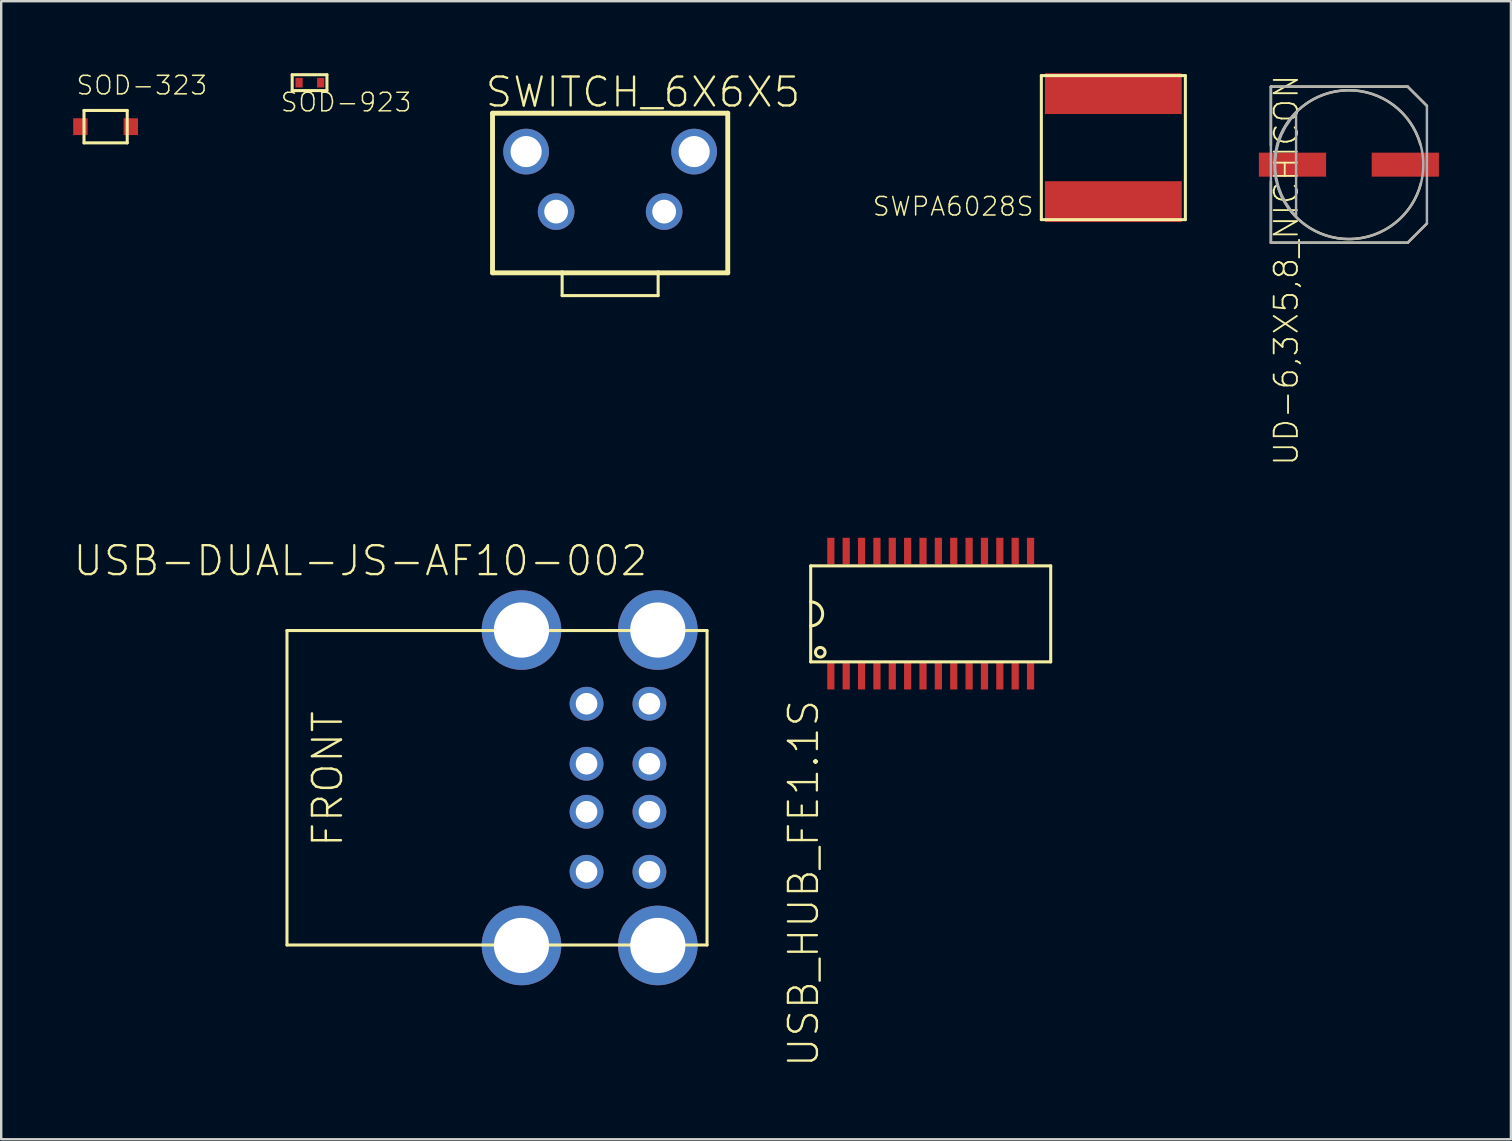
<source format=kicad_pcb>
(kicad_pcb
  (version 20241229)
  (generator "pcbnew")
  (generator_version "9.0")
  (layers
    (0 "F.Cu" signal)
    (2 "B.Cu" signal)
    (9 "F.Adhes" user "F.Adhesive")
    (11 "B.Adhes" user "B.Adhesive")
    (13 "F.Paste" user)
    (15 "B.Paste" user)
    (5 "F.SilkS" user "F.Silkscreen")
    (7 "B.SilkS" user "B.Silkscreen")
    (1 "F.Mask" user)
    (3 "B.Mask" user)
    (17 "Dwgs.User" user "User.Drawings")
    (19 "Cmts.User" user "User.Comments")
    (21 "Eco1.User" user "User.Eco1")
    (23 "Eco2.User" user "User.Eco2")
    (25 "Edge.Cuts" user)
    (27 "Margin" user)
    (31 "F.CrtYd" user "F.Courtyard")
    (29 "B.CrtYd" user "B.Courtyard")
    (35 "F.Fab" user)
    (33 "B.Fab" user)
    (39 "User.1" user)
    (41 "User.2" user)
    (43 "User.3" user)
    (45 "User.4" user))
  (footprint "UD-6,3X5,8_NICHICON"
    (layer "F.Cu")
    (at 53.147 3.81)
    (property "Reference" "UD-6,3X5,8_NICHICON" (at -3.175 -3.81 270) (layer "F.SilkS") (effects (font (size 0.965 0.965) (thickness 0.077)) (justify right top)))
    (attr through_hole)
    (fp_line (start -3.25 -3.25) (end 2.45 -3.25) (stroke (width 0.102) (type solid)) (layer "F.SilkS"))
    (fp_line (start -3.25 -0.8) (end -3.25 -3.25) (stroke (width 0.102) (type solid)) (layer "F.SilkS"))
    (fp_line (start -3.25 3.25) (end -3.25 0.7) (stroke (width 0.102) (type solid)) (layer "F.SilkS"))
    (fp_line (start 2.45 -3.25) (end 3.25 -2.45) (stroke (width 0.102) (type solid)) (layer "F.SilkS"))
    (fp_line (start 2.45 3.25) (end -3.25 3.25) (stroke (width 0.102) (type solid)) (layer "F.SilkS"))
    (fp_line (start 3.25 2.45) (end 2.45 3.25) (stroke (width 0.102) (type solid)) (layer "F.SilkS"))
    (fp_arc (start -3 -0.775) (mid -0.04121 -3.099781) (end 2.975001 -0.85) (stroke (width 0.1016) (type solid)) (layer "F.SilkS"))
    (fp_arc (start 3 0.775) (mid 0.04121 3.099781) (end -2.975001 0.85) (stroke (width 0.1016) (type solid)) (layer "F.SilkS"))
    (fp_line (start -3.25 -3.25) (end 2.45 -3.25) (stroke (width 0.102) (type solid)) (layer "F.Fab"))
    (fp_line (start -3.25 3.25) (end -3.25 -3.25) (stroke (width 0.102) (type solid)) (layer "F.Fab"))
    (fp_line (start 2.45 -3.25) (end 3.25 -2.45) (stroke (width 0.102) (type solid)) (layer "F.Fab"))
    (fp_line (start 2.45 3.25) (end -3.25 3.25) (stroke (width 0.102) (type solid)) (layer "F.Fab"))
    (fp_line (start 3.25 -2.45) (end 3.25 2.45) (stroke (width 0.102) (type solid)) (layer "F.Fab"))
    (fp_line (start 3.25 2.45) (end 2.45 3.25) (stroke (width 0.102) (type solid)) (layer "F.Fab"))
    (fp_circle (center 0 0) (end 3.1 0) (stroke (width 0.102) (type solid)) (fill no) (layer "F.Fab"))
    (fp_poly (pts (xy -2.2 -2.15) (xy -2.2 -2.15) (xy -2.44 -1.873) (xy -2.645 -1.57) (xy -2.812 -1.245) (xy -2.94 -0.902) (xy -3.026 -0.546) (xy -3.07 -0.183) (xy -3.07 0.183) (xy -3.026 0.546) (xy -2.94 0.902) (xy -2.812 1.245) (xy -2.645 1.57) (xy -2.44 1.873) (xy -2.2 2.15)) (stroke (width 0.1) (type solid)) (fill no) (layer "F.Fab"))
    (pad "+" smd rect (at 2.35 0) (size 2.8 1) (layers "F.Cu" "F.Mask" "F.Paste"))
    (pad "-" smd rect (at -2.35 0) (size 2.8 1) (layers "F.Cu" "F.Mask" "F.Paste")))
  (footprint "SWPA6028S"
    (layer "F.Cu")
    (at 43.334 3.1)
    (property "Reference" "SWPA6028S" (at -3.27 2 0) (layer "F.SilkS") (effects (font (size 0.772 0.772) (thickness 0.062)) (justify right top)))
    (attr through_hole)
    (fp_line (start -3 -3) (end 3 -3) (stroke (width 0.127) (type solid)) (layer "F.SilkS"))
    (fp_line (start -3 3) (end -3 -3) (stroke (width 0.127) (type solid)) (layer "F.SilkS"))
    (fp_line (start 3 -3) (end 3 3) (stroke (width 0.127) (type solid)) (layer "F.SilkS"))
    (fp_line (start 3 3) (end -3 3) (stroke (width 0.127) (type solid)) (layer "F.SilkS"))
    (pad "1" smd rect (at 0 -2.25) (size 5.7 1.7) (layers "F.Cu" "F.Mask" "F.Paste"))
    (pad "2" smd rect (at 0 2.25) (size 5.7 1.7) (layers "F.Cu" "F.Mask" "F.Paste")))
  (footprint "SWITCH_6X6X5"
    (layer "F.Cu")
    (at 22.369 5.766)
    (property "Reference" "SWITCH_6X6X5" (at -5.27 -4.27 0) (layer "F.SilkS") (effects (font (size 1.206 1.206) (thickness 0.097)) (justify left bottom)))
    (attr through_hole)
    (fp_line (start -4.9 -4.1) (end -4.9 2.55) (stroke (width 0.203) (type solid)) (layer "F.SilkS"))
    (fp_line (start -4.9 2.55) (end -2 2.55) (stroke (width 0.203) (type solid)) (layer "F.SilkS"))
    (fp_line (start -2 2.55) (end -2 3.5) (stroke (width 0.127) (type solid)) (layer "F.SilkS"))
    (fp_line (start -2 2.55) (end 2 2.55) (stroke (width 0.203) (type solid)) (layer "F.SilkS"))
    (fp_line (start -2 3.5) (end 2 3.5) (stroke (width 0.127) (type solid)) (layer "F.SilkS"))
    (fp_line (start 2 2.55) (end 4.9 2.55) (stroke (width 0.203) (type solid)) (layer "F.SilkS"))
    (fp_line (start 2 3.5) (end 2 2.55) (stroke (width 0.127) (type solid)) (layer "F.SilkS"))
    (fp_line (start 4.9 -4.1) (end -4.9 -4.1) (stroke (width 0.203) (type solid)) (layer "F.SilkS"))
    (fp_line (start 4.9 2.55) (end 4.9 -4.1) (stroke (width 0.203) (type solid)) (layer "F.SilkS"))
    (pad "1" thru_hole circle (at -2.25 0 90) (size 1.524 1.524) (drill 0.991) (layers "*.Cu" "*.Mask"))
    (pad "2" thru_hole circle (at 2.25 0 90) (size 1.524 1.524) (drill 0.991) (layers "*.Cu" "*.Mask"))
    (pad "3" thru_hole circle (at 3.5 -2.5 90) (size 1.905 1.905) (drill 1.295) (layers "*.Cu" "*.Mask"))
    (pad "4" thru_hole circle (at -3.5 -2.5 90) (size 1.905 1.905) (drill 1.295) (layers "*.Cu" "*.Mask")))
  (footprint "USB-DUAL-JS-AF10-002"
    (layer "F.Cu")
    (at 24.006 29.769)
    (property "Reference" "USB-DUAL-JS-AF10-002" (at 0 -10.16 0) (layer "F.SilkS") (effects (font (size 1.206 1.206) (thickness 0.097)) (justify right top)))
    (attr through_hole)
    (fp_line (start -15.1 -6.55) (end -15.1 6.55) (stroke (width 0.127) (type solid)) (layer "F.SilkS"))
    (fp_line (start -15.1 -6.55) (end 2.4 -6.55) (stroke (width 0.127) (type solid)) (layer "F.SilkS"))
    (fp_line (start -15.1 6.55) (end 2.4 6.55) (stroke (width 0.127) (type solid)) (layer "F.SilkS"))
    (fp_line (start 2.4 -6.55) (end 2.4 6.55) (stroke (width 0.127) (type solid)) (layer "F.SilkS"))
    (fp_text user "FRONT" (at -12.7 2.54 90) (layer "F.SilkS") (effects (font (size 1.206 1.206) (thickness 0.102)) (justify left bottom)))
    (pad "1" thru_hole circle (at 0 -3.5) (size 1.408 1.408) (drill 0.9) (layers "*.Cu" "*.Mask"))
    (pad "2" thru_hole circle (at 0 -1) (size 1.408 1.408) (drill 0.9) (layers "*.Cu" "*.Mask"))
    (pad "3" thru_hole circle (at 0 1) (size 1.408 1.408) (drill 0.9) (layers "*.Cu" "*.Mask"))
    (pad "4" thru_hole circle (at 0 3.5) (size 1.408 1.408) (drill 0.9) (layers "*.Cu" "*.Mask"))
    (pad "5" thru_hole circle (at -2.62 -3.5) (size 1.408 1.408) (drill 0.9) (layers "*.Cu" "*.Mask"))
    (pad "6" thru_hole circle (at -2.62 -1) (size 1.408 1.408) (drill 0.9) (layers "*.Cu" "*.Mask"))
    (pad "7" thru_hole circle (at -2.62 1) (size 1.408 1.408) (drill 0.9) (layers "*.Cu" "*.Mask"))
    (pad "8" thru_hole circle (at -2.62 3.5) (size 1.408 1.408) (drill 0.9) (layers "*.Cu" "*.Mask"))
    (pad "9" thru_hole circle (at 0.35 -6.57) (size 3.316 3.316) (drill 2.3) (layers "*.Cu" "*.Mask"))
    (pad "10" thru_hole circle (at 0.35 6.57) (size 3.316 3.316) (drill 2.3) (layers "*.Cu" "*.Mask"))
    (pad "11" thru_hole circle (at -5.33 -6.57) (size 3.316 3.316) (drill 2.3) (layers "*.Cu" "*.Mask"))
    (pad "12" thru_hole circle (at -5.33 6.57) (size 3.316 3.316) (drill 2.3) (layers "*.Cu" "*.Mask")))
  (footprint "SOD−323"
    (layer "F.Cu")
    (at 1.35 2.227)
    (property "Reference" "SOD−323" (at -1.27 -1.27 0) (layer "F.SilkS") (effects (font (size 0.772 0.772) (thickness 0.062)) (justify left bottom)))
    (attr through_hole)
    (fp_line (start -0.9 -0.675) (end 0.9 -0.675) (stroke (width 0.127) (type solid)) (layer "F.SilkS"))
    (fp_line (start -0.9 0.675) (end -0.9 -0.675) (stroke (width 0.127) (type solid)) (layer "F.SilkS"))
    (fp_line (start 0.9 -0.675) (end 0.9 0.675) (stroke (width 0.127) (type solid)) (layer "F.SilkS"))
    (fp_line (start 0.9 0.675) (end -0.9 0.675) (stroke (width 0.127) (type solid)) (layer "F.SilkS"))
    (pad "P$1" smd rect (at -1.05 0) (size 0.6 0.7) (layers "F.Cu" "F.Mask" "F.Paste"))
    (pad "P$2" smd rect (at 1.05 0) (size 0.6 0.7) (layers "F.Cu" "F.Mask" "F.Paste")))
  (footprint "SOD−923"
    (layer "F.Cu")
    (at 9.86 0.394)
    (property "Reference" "SOD−923" (at -1.27 1.27 180) (layer "F.SilkS") (effects (font (size 0.772 0.772) (thickness 0.062)) (justify left bottom)))
    (attr through_hole)
    (fp_line (start -0.737 -0.33) (end 0.711 -0.33) (stroke (width 0.127) (type solid)) (layer "F.SilkS"))
    (fp_line (start -0.737 0.33) (end -0.737 -0.33) (stroke (width 0.127) (type solid)) (layer "F.SilkS"))
    (fp_line (start 0.711 -0.33) (end 0.711 0.33) (stroke (width 0.127) (type solid)) (layer "F.SilkS"))
    (fp_line (start 0.711 0.33) (end -0.737 0.33) (stroke (width 0.127) (type solid)) (layer "F.SilkS"))
    (pad "P$1" smd rect (at -0.45 0) (size 0.3 0.4) (layers "F.Cu" "F.Mask" "F.Paste"))
    (pad "P$2" smd rect (at 0.45 0) (size 0.3 0.4) (layers "F.Cu" "F.Mask" "F.Paste")))
  (footprint "USB_HUB_FE1.1S"
    (layer "F.Cu")
    (at 35.724 22.525)
    (property "Reference" "USB_HUB_FE1.1S" (at -6 3.5 270) (layer "F.SilkS") (effects (font (size 1.206 1.206) (thickness 0.097)) (justify right top)))
    (attr through_hole)
    (fp_line (start -5 -2) (end -5 -0.5) (stroke (width 0.127) (type solid)) (layer "F.SilkS"))
    (fp_line (start -5 -0.5) (end -5 0.5) (stroke (width 0.127) (type solid)) (layer "F.SilkS"))
    (fp_line (start -5 0.5) (end -5 2) (stroke (width 0.127) (type solid)) (layer "F.SilkS"))
    (fp_line (start -5 2) (end 5 2) (stroke (width 0.127) (type solid)) (layer "F.SilkS"))
    (fp_line (start 5 -2) (end -5 -2) (stroke (width 0.127) (type solid)) (layer "F.SilkS"))
    (fp_line (start 5 2) (end 5 -2) (stroke (width 0.127) (type solid)) (layer "F.SilkS"))
    (fp_arc (start -5 -0.5) (mid -4.5 0) (end -5 0.5) (stroke (width 0.127) (type solid)) (layer "F.SilkS"))
    (fp_circle (center -4.6 1.6) (end -4.4 1.6) (stroke (width 0.127) (type solid)) (fill no) (layer "F.SilkS"))
    (pad "1" smd rect (at -4.16 2.6 90) (size 1.1 0.3) (layers "F.Cu" "F.Mask" "F.Paste"))
    (pad "2" smd rect (at -3.52 2.6 90) (size 1.1 0.3) (layers "F.Cu" "F.Mask" "F.Paste"))
    (pad "3" smd rect (at -2.88 2.6 90) (size 1.1 0.3) (layers "F.Cu" "F.Mask" "F.Paste"))
    (pad "4" smd rect (at -2.24 2.6 90) (size 1.1 0.3) (layers "F.Cu" "F.Mask" "F.Paste"))
    (pad "5" smd rect (at -1.6 2.6 90) (size 1.1 0.3) (layers "F.Cu" "F.Mask" "F.Paste"))
    (pad "6" smd rect (at -0.96 2.6 90) (size 1.1 0.3) (layers "F.Cu" "F.Mask" "F.Paste"))
    (pad "7" smd rect (at -0.32 2.6 90) (size 1.1 0.3) (layers "F.Cu" "F.Mask" "F.Paste"))
    (pad "8" smd rect (at 0.32 2.6 90) (size 1.1 0.3) (layers "F.Cu" "F.Mask" "F.Paste"))
    (pad "9" smd rect (at 0.96 2.6 90) (size 1.1 0.3) (layers "F.Cu" "F.Mask" "F.Paste"))
    (pad "10" smd rect (at 1.6 2.6 90) (size 1.1 0.3) (layers "F.Cu" "F.Mask" "F.Paste"))
    (pad "11" smd rect (at 2.24 2.6 90) (size 1.1 0.3) (layers "F.Cu" "F.Mask" "F.Paste"))
    (pad "12" smd rect (at 2.88 2.6 90) (size 1.1 0.3) (layers "F.Cu" "F.Mask" "F.Paste"))
    (pad "13" smd rect (at 3.52 2.6 90) (size 1.1 0.3) (layers "F.Cu" "F.Mask" "F.Paste"))
    (pad "14" smd rect (at 4.16 2.6 90) (size 1.1 0.3) (layers "F.Cu" "F.Mask" "F.Paste"))
    (pad "15" smd rect (at 4.16 -2.62 90) (size 1.1 0.3) (layers "F.Cu" "F.Mask" "F.Paste"))
    (pad "16" smd rect (at 3.52 -2.62 90) (size 1.1 0.3) (layers "F.Cu" "F.Mask" "F.Paste"))
    (pad "17" smd rect (at 2.88 -2.62 90) (size 1.1 0.3) (layers "F.Cu" "F.Mask" "F.Paste"))
    (pad "18" smd rect (at 2.24 -2.62 90) (size 1.1 0.3) (layers "F.Cu" "F.Mask" "F.Paste"))
    (pad "19" smd rect (at 1.6 -2.62 90) (size 1.1 0.3) (layers "F.Cu" "F.Mask" "F.Paste"))
    (pad "20" smd rect (at 0.96 -2.62 90) (size 1.1 0.3) (layers "F.Cu" "F.Mask" "F.Paste"))
    (pad "21" smd rect (at 0.32 -2.62 90) (size 1.1 0.3) (layers "F.Cu" "F.Mask" "F.Paste"))
    (pad "22" smd rect (at -0.32 -2.62 90) (size 1.1 0.3) (layers "F.Cu" "F.Mask" "F.Paste"))
    (pad "23" smd rect (at -0.96 -2.62 90) (size 1.1 0.3) (layers "F.Cu" "F.Mask" "F.Paste"))
    (pad "24" smd rect (at -1.6 -2.62 90) (size 1.1 0.3) (layers "F.Cu" "F.Mask" "F.Paste"))
    (pad "25" smd rect (at -2.24 -2.62 90) (size 1.1 0.3) (layers "F.Cu" "F.Mask" "F.Paste"))
    (pad "26" smd rect (at -2.88 -2.62 90) (size 1.1 0.3) (layers "F.Cu" "F.Mask" "F.Paste"))
    (pad "27" smd rect (at -3.52 -2.62 90) (size 1.1 0.3) (layers "F.Cu" "F.Mask" "F.Paste"))
    (pad "28" smd rect (at -4.16 -2.62 90) (size 1.1 0.3) (layers "F.Cu" "F.Mask" "F.Paste")))
  (gr_rect
    (start -3 -3)
    (end 59.897 44.413)
    (stroke (width 0.1) (type default))
    (fill no)
    (layer "Edge.Cuts")))
</source>
